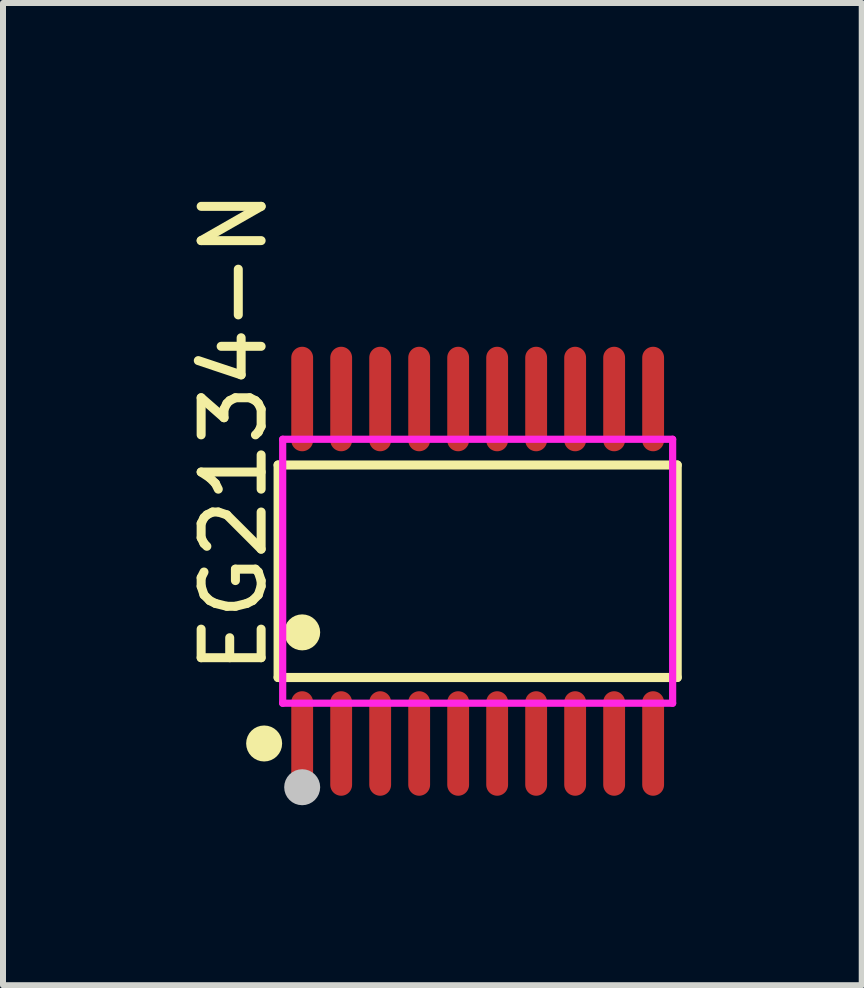
<source format=kicad_pcb>
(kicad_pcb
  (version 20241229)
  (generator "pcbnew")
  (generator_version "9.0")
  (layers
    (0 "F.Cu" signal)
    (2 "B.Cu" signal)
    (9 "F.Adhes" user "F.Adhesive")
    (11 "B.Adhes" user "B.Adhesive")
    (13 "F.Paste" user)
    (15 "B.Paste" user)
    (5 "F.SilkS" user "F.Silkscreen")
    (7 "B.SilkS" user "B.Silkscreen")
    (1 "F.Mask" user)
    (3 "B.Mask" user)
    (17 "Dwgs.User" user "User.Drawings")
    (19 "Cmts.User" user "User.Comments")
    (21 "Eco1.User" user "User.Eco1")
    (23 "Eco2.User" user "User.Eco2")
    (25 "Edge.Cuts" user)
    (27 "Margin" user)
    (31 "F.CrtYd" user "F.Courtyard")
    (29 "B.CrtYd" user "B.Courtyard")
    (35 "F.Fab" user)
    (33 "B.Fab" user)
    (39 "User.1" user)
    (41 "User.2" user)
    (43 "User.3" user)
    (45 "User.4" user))
  (footprint "EG2134-N"
    (layer "F.Cu")
    (at 4.912 6.472)
    (property "Reference" "EG2134-N" (at -4.064 1.778 90) (layer "F.SilkS") (effects (font (size 1 1) (thickness 0.15)) (justify left)))
    (attr through_hole)
    (fp_line (start -3.326 -1.771) (end 3.326 -1.771) (stroke (width 0.152) (type solid)) (layer "F.SilkS"))
    (fp_line (start -3.326 1.771) (end -3.326 -1.771) (stroke (width 0.152) (type solid)) (layer "F.SilkS"))
    (fp_line (start 3.326 -1.771) (end 3.326 1.771) (stroke (width 0.152) (type solid)) (layer "F.SilkS"))
    (fp_line (start 3.326 1.771) (end -3.326 1.771) (stroke (width 0.152) (type solid)) (layer "F.SilkS"))
    (fp_circle (center -3.559 2.871) (end -3.409 2.871) (stroke (width 0.3) (type solid)) (fill no) (layer "F.SilkS"))
    (fp_circle (center -2.925 1.019) (end -2.775 1.019) (stroke (width 0.3) (type solid)) (fill no) (layer "F.SilkS"))
    (fp_circle (center -2.925 3.6) (end -2.775 3.6) (stroke (width 0.3) (type solid)) (fill no) (layer "Dwgs.User"))
    (fp_line (start -3.055 -2.61) (end -3.055 -2.19) (stroke (width 0.12) (type solid)) (layer "Eco2.User"))
    (fp_line (start -3.055 -2.19) (end -2.795 -2.19) (stroke (width 0.12) (type solid)) (layer "Eco2.User"))
    (fp_line (start -3.055 2.19) (end -2.795 2.19) (stroke (width 0.12) (type solid)) (layer "Eco2.User"))
    (fp_line (start -3.055 2.61) (end -3.055 2.19) (stroke (width 0.12) (type solid)) (layer "Eco2.User"))
    (fp_line (start -2.795 -2.61) (end -3.055 -2.61) (stroke (width 0.12) (type solid)) (layer "Eco2.User"))
    (fp_line (start -2.795 -2.19) (end -2.795 -2.61) (stroke (width 0.12) (type solid)) (layer "Eco2.User"))
    (fp_line (start -2.795 2.19) (end -2.795 2.61) (stroke (width 0.12) (type solid)) (layer "Eco2.User"))
    (fp_line (start -2.795 2.61) (end -3.055 2.61) (stroke (width 0.12) (type solid)) (layer "Eco2.User"))
    (fp_line (start -2.405 -2.61) (end -2.405 -2.19) (stroke (width 0.12) (type solid)) (layer "Eco2.User"))
    (fp_line (start -2.405 -2.19) (end -2.145 -2.19) (stroke (width 0.12) (type solid)) (layer "Eco2.User"))
    (fp_line (start -2.405 2.19) (end -2.145 2.19) (stroke (width 0.12) (type solid)) (layer "Eco2.User"))
    (fp_line (start -2.405 2.61) (end -2.405 2.19) (stroke (width 0.12) (type solid)) (layer "Eco2.User"))
    (fp_line (start -2.145 -2.61) (end -2.405 -2.61) (stroke (width 0.12) (type solid)) (layer "Eco2.User"))
    (fp_line (start -2.145 -2.19) (end -2.145 -2.61) (stroke (width 0.12) (type solid)) (layer "Eco2.User"))
    (fp_line (start -2.145 2.19) (end -2.145 2.61) (stroke (width 0.12) (type solid)) (layer "Eco2.User"))
    (fp_line (start -2.145 2.61) (end -2.405 2.61) (stroke (width 0.12) (type solid)) (layer "Eco2.User"))
    (fp_line (start -1.755 -2.61) (end -1.755 -2.19) (stroke (width 0.12) (type solid)) (layer "Eco2.User"))
    (fp_line (start -1.755 -2.19) (end -1.495 -2.19) (stroke (width 0.12) (type solid)) (layer "Eco2.User"))
    (fp_line (start -1.755 2.19) (end -1.495 2.19) (stroke (width 0.12) (type solid)) (layer "Eco2.User"))
    (fp_line (start -1.755 2.61) (end -1.755 2.19) (stroke (width 0.12) (type solid)) (layer "Eco2.User"))
    (fp_line (start -1.495 -2.61) (end -1.755 -2.61) (stroke (width 0.12) (type solid)) (layer "Eco2.User"))
    (fp_line (start -1.495 -2.19) (end -1.495 -2.61) (stroke (width 0.12) (type solid)) (layer "Eco2.User"))
    (fp_line (start -1.495 2.19) (end -1.495 2.61) (stroke (width 0.12) (type solid)) (layer "Eco2.User"))
    (fp_line (start -1.495 2.61) (end -1.755 2.61) (stroke (width 0.12) (type solid)) (layer "Eco2.User"))
    (fp_line (start -1.105 -2.61) (end -1.105 -2.19) (stroke (width 0.12) (type solid)) (layer "Eco2.User"))
    (fp_line (start -1.105 -2.19) (end -0.845 -2.19) (stroke (width 0.12) (type solid)) (layer "Eco2.User"))
    (fp_line (start -1.105 2.19) (end -0.845 2.19) (stroke (width 0.12) (type solid)) (layer "Eco2.User"))
    (fp_line (start -1.105 2.61) (end -1.105 2.19) (stroke (width 0.12) (type solid)) (layer "Eco2.User"))
    (fp_line (start -0.845 -2.61) (end -1.105 -2.61) (stroke (width 0.12) (type solid)) (layer "Eco2.User"))
    (fp_line (start -0.845 -2.19) (end -0.845 -2.61) (stroke (width 0.12) (type solid)) (layer "Eco2.User"))
    (fp_line (start -0.845 2.19) (end -0.845 2.61) (stroke (width 0.12) (type solid)) (layer "Eco2.User"))
    (fp_line (start -0.845 2.61) (end -1.105 2.61) (stroke (width 0.12) (type solid)) (layer "Eco2.User"))
    (fp_line (start -0.455 -2.61) (end -0.455 -2.19) (stroke (width 0.12) (type solid)) (layer "Eco2.User"))
    (fp_line (start -0.455 -2.19) (end -0.195 -2.19) (stroke (width 0.12) (type solid)) (layer "Eco2.User"))
    (fp_line (start -0.455 2.19) (end -0.195 2.19) (stroke (width 0.12) (type solid)) (layer "Eco2.User"))
    (fp_line (start -0.455 2.61) (end -0.455 2.19) (stroke (width 0.12) (type solid)) (layer "Eco2.User"))
    (fp_line (start -0.195 -2.61) (end -0.455 -2.61) (stroke (width 0.12) (type solid)) (layer "Eco2.User"))
    (fp_line (start -0.195 -2.19) (end -0.195 -2.61) (stroke (width 0.12) (type solid)) (layer "Eco2.User"))
    (fp_line (start -0.195 2.19) (end -0.195 2.61) (stroke (width 0.12) (type solid)) (layer "Eco2.User"))
    (fp_line (start -0.195 2.61) (end -0.455 2.61) (stroke (width 0.12) (type solid)) (layer "Eco2.User"))
    (fp_line (start 0.195 -2.61) (end 0.195 -2.19) (stroke (width 0.12) (type solid)) (layer "Eco2.User"))
    (fp_line (start 0.195 -2.19) (end 0.455 -2.19) (stroke (width 0.12) (type solid)) (layer "Eco2.User"))
    (fp_line (start 0.195 2.19) (end 0.455 2.19) (stroke (width 0.12) (type solid)) (layer "Eco2.User"))
    (fp_line (start 0.195 2.61) (end 0.195 2.19) (stroke (width 0.12) (type solid)) (layer "Eco2.User"))
    (fp_line (start 0.455 -2.61) (end 0.195 -2.61) (stroke (width 0.12) (type solid)) (layer "Eco2.User"))
    (fp_line (start 0.455 -2.19) (end 0.455 -2.61) (stroke (width 0.12) (type solid)) (layer "Eco2.User"))
    (fp_line (start 0.455 2.19) (end 0.455 2.61) (stroke (width 0.12) (type solid)) (layer "Eco2.User"))
    (fp_line (start 0.455 2.61) (end 0.195 2.61) (stroke (width 0.12) (type solid)) (layer "Eco2.User"))
    (fp_line (start 0.845 -2.61) (end 0.845 -2.19) (stroke (width 0.12) (type solid)) (layer "Eco2.User"))
    (fp_line (start 0.845 -2.19) (end 1.105 -2.19) (stroke (width 0.12) (type solid)) (layer "Eco2.User"))
    (fp_line (start 0.845 2.19) (end 1.105 2.19) (stroke (width 0.12) (type solid)) (layer "Eco2.User"))
    (fp_line (start 0.845 2.61) (end 0.845 2.19) (stroke (width 0.12) (type solid)) (layer "Eco2.User"))
    (fp_line (start 1.105 -2.61) (end 0.845 -2.61) (stroke (width 0.12) (type solid)) (layer "Eco2.User"))
    (fp_line (start 1.105 -2.19) (end 1.105 -2.61) (stroke (width 0.12) (type solid)) (layer "Eco2.User"))
    (fp_line (start 1.105 2.19) (end 1.105 2.61) (stroke (width 0.12) (type solid)) (layer "Eco2.User"))
    (fp_line (start 1.105 2.61) (end 0.845 2.61) (stroke (width 0.12) (type solid)) (layer "Eco2.User"))
    (fp_line (start 1.495 -2.61) (end 1.495 -2.19) (stroke (width 0.12) (type solid)) (layer "Eco2.User"))
    (fp_line (start 1.495 -2.19) (end 1.755 -2.19) (stroke (width 0.12) (type solid)) (layer "Eco2.User"))
    (fp_line (start 1.495 2.19) (end 1.755 2.19) (stroke (width 0.12) (type solid)) (layer "Eco2.User"))
    (fp_line (start 1.495 2.61) (end 1.495 2.19) (stroke (width 0.12) (type solid)) (layer "Eco2.User"))
    (fp_line (start 1.755 -2.61) (end 1.495 -2.61) (stroke (width 0.12) (type solid)) (layer "Eco2.User"))
    (fp_line (start 1.755 -2.19) (end 1.755 -2.61) (stroke (width 0.12) (type solid)) (layer "Eco2.User"))
    (fp_line (start 1.755 2.19) (end 1.755 2.61) (stroke (width 0.12) (type solid)) (layer "Eco2.User"))
    (fp_line (start 1.755 2.61) (end 1.495 2.61) (stroke (width 0.12) (type solid)) (layer "Eco2.User"))
    (fp_line (start 2.145 -2.61) (end 2.145 -2.19) (stroke (width 0.12) (type solid)) (layer "Eco2.User"))
    (fp_line (start 2.145 -2.19) (end 2.405 -2.19) (stroke (width 0.12) (type solid)) (layer "Eco2.User"))
    (fp_line (start 2.145 2.19) (end 2.405 2.19) (stroke (width 0.12) (type solid)) (layer "Eco2.User"))
    (fp_line (start 2.145 2.61) (end 2.145 2.19) (stroke (width 0.12) (type solid)) (layer "Eco2.User"))
    (fp_line (start 2.405 -2.61) (end 2.145 -2.61) (stroke (width 0.12) (type solid)) (layer "Eco2.User"))
    (fp_line (start 2.405 -2.19) (end 2.405 -2.61) (stroke (width 0.12) (type solid)) (layer "Eco2.User"))
    (fp_line (start 2.405 2.19) (end 2.405 2.61) (stroke (width 0.12) (type solid)) (layer "Eco2.User"))
    (fp_line (start 2.405 2.61) (end 2.145 2.61) (stroke (width 0.12) (type solid)) (layer "Eco2.User"))
    (fp_line (start 2.795 -2.61) (end 2.795 -2.19) (stroke (width 0.12) (type solid)) (layer "Eco2.User"))
    (fp_line (start 2.795 -2.19) (end 3.055 -2.19) (stroke (width 0.12) (type solid)) (layer "Eco2.User"))
    (fp_line (start 2.795 2.19) (end 3.055 2.19) (stroke (width 0.12) (type solid)) (layer "Eco2.User"))
    (fp_line (start 2.795 2.61) (end 2.795 2.19) (stroke (width 0.12) (type solid)) (layer "Eco2.User"))
    (fp_line (start 3.055 -2.61) (end 2.795 -2.61) (stroke (width 0.12) (type solid)) (layer "Eco2.User"))
    (fp_line (start 3.055 -2.19) (end 3.055 -2.61) (stroke (width 0.12) (type solid)) (layer "Eco2.User"))
    (fp_line (start 3.055 2.19) (end 3.055 2.61) (stroke (width 0.12) (type solid)) (layer "Eco2.User"))
    (fp_line (start 3.055 2.61) (end 2.795 2.61) (stroke (width 0.12) (type solid)) (layer "Eco2.User"))
    (fp_circle (center -3.25 3.2) (end -3.22 3.2) (stroke (width 0.06) (type solid)) (fill no) (layer "Eco2.User"))
    (fp_poly (pts (xy -3.055 -3.2) (xy -3.055 -2.6) (xy -2.795 -2.6) (xy -2.795 -3.2)) (stroke (width 0.12) (type solid)) (fill no) (layer "Eco2.User"))
    (fp_poly (pts (xy -3.055 3.2) (xy -3.055 2.6) (xy -2.795 2.6) (xy -2.795 3.2)) (stroke (width 0.12) (type solid)) (fill no) (layer "Eco2.User"))
    (fp_poly (pts (xy -2.405 -3.2) (xy -2.405 -2.6) (xy -2.145 -2.6) (xy -2.145 -3.2)) (stroke (width 0.12) (type solid)) (fill no) (layer "Eco2.User"))
    (fp_poly (pts (xy -2.405 3.2) (xy -2.405 2.6) (xy -2.145 2.6) (xy -2.145 3.2)) (stroke (width 0.12) (type solid)) (fill no) (layer "Eco2.User"))
    (fp_poly (pts (xy -1.755 -3.2) (xy -1.755 -2.6) (xy -1.495 -2.6) (xy -1.495 -3.2)) (stroke (width 0.12) (type solid)) (fill no) (layer "Eco2.User"))
    (fp_poly (pts (xy -1.755 3.2) (xy -1.755 2.6) (xy -1.495 2.6) (xy -1.495 3.2)) (stroke (width 0.12) (type solid)) (fill no) (layer "Eco2.User"))
    (fp_poly (pts (xy -1.105 -3.2) (xy -1.105 -2.6) (xy -0.845 -2.6) (xy -0.845 -3.2)) (stroke (width 0.12) (type solid)) (fill no) (layer "Eco2.User"))
    (fp_poly (pts (xy -1.105 3.2) (xy -1.105 2.6) (xy -0.845 2.6) (xy -0.845 3.2)) (stroke (width 0.12) (type solid)) (fill no) (layer "Eco2.User"))
    (fp_poly (pts (xy -0.455 -3.2) (xy -0.455 -2.6) (xy -0.195 -2.6) (xy -0.195 -3.2)) (stroke (width 0.12) (type solid)) (fill no) (layer "Eco2.User"))
    (fp_poly (pts (xy -0.455 3.2) (xy -0.455 2.6) (xy -0.195 2.6) (xy -0.195 3.2)) (stroke (width 0.12) (type solid)) (fill no) (layer "Eco2.User"))
    (fp_poly (pts (xy 0.195 -3.2) (xy 0.195 -2.6) (xy 0.455 -2.6) (xy 0.455 -3.2)) (stroke (width 0.12) (type solid)) (fill no) (layer "Eco2.User"))
    (fp_poly (pts (xy 0.195 3.2) (xy 0.195 2.6) (xy 0.455 2.6) (xy 0.455 3.2)) (stroke (width 0.12) (type solid)) (fill no) (layer "Eco2.User"))
    (fp_poly (pts (xy 0.845 -3.2) (xy 0.845 -2.6) (xy 1.105 -2.6) (xy 1.105 -3.2)) (stroke (width 0.12) (type solid)) (fill no) (layer "Eco2.User"))
    (fp_poly (pts (xy 0.845 3.2) (xy 0.845 2.6) (xy 1.105 2.6) (xy 1.105 3.2)) (stroke (width 0.12) (type solid)) (fill no) (layer "Eco2.User"))
    (fp_poly (pts (xy 1.495 -3.2) (xy 1.495 -2.6) (xy 1.755 -2.6) (xy 1.755 -3.2)) (stroke (width 0.12) (type solid)) (fill no) (layer "Eco2.User"))
    (fp_poly (pts (xy 1.495 3.2) (xy 1.495 2.6) (xy 1.755 2.6) (xy 1.755 3.2)) (stroke (width 0.12) (type solid)) (fill no) (layer "Eco2.User"))
    (fp_poly (pts (xy 2.145 -3.2) (xy 2.145 -2.6) (xy 2.405 -2.6) (xy 2.405 -3.2)) (stroke (width 0.12) (type solid)) (fill no) (layer "Eco2.User"))
    (fp_poly (pts (xy 2.145 3.2) (xy 2.145 2.6) (xy 2.405 2.6) (xy 2.405 3.2)) (stroke (width 0.12) (type solid)) (fill no) (layer "Eco2.User"))
    (fp_poly (pts (xy 2.795 -3.2) (xy 2.795 -2.6) (xy 3.055 -2.6) (xy 3.055 -3.2)) (stroke (width 0.12) (type solid)) (fill no) (layer "Eco2.User"))
    (fp_poly (pts (xy 2.795 3.2) (xy 2.795 2.6) (xy 3.055 2.6) (xy 3.055 3.2)) (stroke (width 0.12) (type solid)) (fill no) (layer "Eco2.User"))
    (fp_line (start -3.25 -2.2) (end 3.25 -2.2) (stroke (width 0.12) (type solid)) (layer "F.CrtYd"))
    (fp_line (start -3.25 2.2) (end -3.25 -2.2) (stroke (width 0.12) (type solid)) (layer "F.CrtYd"))
    (fp_line (start 3.25 -2.2) (end 3.25 2.2) (stroke (width 0.12) (type solid)) (layer "F.CrtYd"))
    (fp_line (start 3.25 2.2) (end -3.25 2.2) (stroke (width 0.12) (type solid)) (layer "F.CrtYd"))
    (pad "1" smd oval (at -2.925 2.871) (size 0.364 1.742) (layers "F.Cu" "F.Mask" "F.Paste"))
    (pad "2" smd oval (at -2.275 2.871) (size 0.364 1.742) (layers "F.Cu" "F.Mask" "F.Paste"))
    (pad "3" smd oval (at -1.625 2.871) (size 0.364 1.742) (layers "F.Cu" "F.Mask" "F.Paste"))
    (pad "4" smd oval (at -0.975 2.871) (size 0.364 1.742) (layers "F.Cu" "F.Mask" "F.Paste"))
    (pad "5" smd oval (at -0.325 2.871) (size 0.364 1.742) (layers "F.Cu" "F.Mask" "F.Paste"))
    (pad "6" smd oval (at 0.325 2.871) (size 0.364 1.742) (layers "F.Cu" "F.Mask" "F.Paste"))
    (pad "7" smd oval (at 0.975 2.871) (size 0.364 1.742) (layers "F.Cu" "F.Mask" "F.Paste"))
    (pad "8" smd oval (at 1.625 2.871) (size 0.364 1.742) (layers "F.Cu" "F.Mask" "F.Paste"))
    (pad "9" smd oval (at 2.275 2.871) (size 0.364 1.742) (layers "F.Cu" "F.Mask" "F.Paste"))
    (pad "10" smd oval (at 2.925 2.871) (size 0.364 1.742) (layers "F.Cu" "F.Mask" "F.Paste"))
    (pad "11" smd oval (at 2.925 -2.871) (size 0.364 1.742) (layers "F.Cu" "F.Mask" "F.Paste"))
    (pad "12" smd oval (at 2.275 -2.871) (size 0.364 1.742) (layers "F.Cu" "F.Mask" "F.Paste"))
    (pad "13" smd oval (at 1.625 -2.871) (size 0.364 1.742) (layers "F.Cu" "F.Mask" "F.Paste"))
    (pad "14" smd oval (at 0.975 -2.871) (size 0.364 1.742) (layers "F.Cu" "F.Mask" "F.Paste"))
    (pad "15" smd oval (at 0.325 -2.871) (size 0.364 1.742) (layers "F.Cu" "F.Mask" "F.Paste"))
    (pad "16" smd oval (at -0.325 -2.871) (size 0.364 1.742) (layers "F.Cu" "F.Mask" "F.Paste"))
    (pad "17" smd oval (at -0.975 -2.871) (size 0.364 1.742) (layers "F.Cu" "F.Mask" "F.Paste"))
    (pad "18" smd oval (at -1.625 -2.871) (size 0.364 1.742) (layers "F.Cu" "F.Mask" "F.Paste"))
    (pad "19" smd oval (at -2.275 -2.871) (size 0.364 1.742) (layers "F.Cu" "F.Mask" "F.Paste"))
    (pad "20" smd oval (at -2.925 -2.871) (size 0.364 1.742) (layers "F.Cu" "F.Mask" "F.Paste")))
  (gr_rect
    (start -3 -3)
    (end 11.314 13.372)
    (stroke (width 0.1) (type default))
    (fill no)
    (layer "Edge.Cuts")))
</source>
